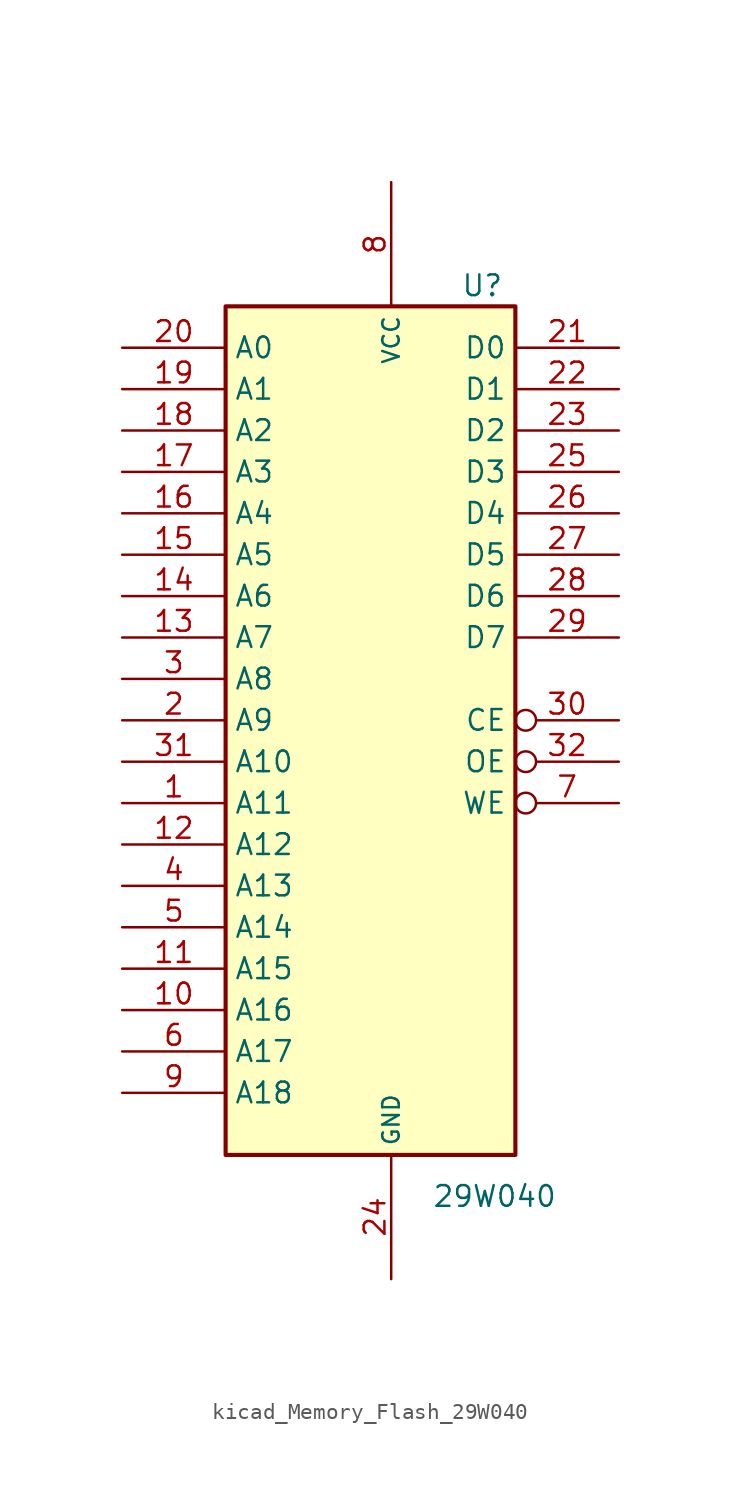
<source format=kicad_sym>
(kicad_symbol_lib
  (version 20220914)
  (generator kicad_symbol_editor)
  (symbol "kicad_Memory_Flash_29W040"
    (property "Reference" "U"
      (at 6.858 24.13 0)
      (effects (font (size 1.27 1.27))))
    (property "Value" "29W040"
      (at 7.62 -31.75 0)
      (effects (font (size 1.27 1.27))))
    (symbol "kicad_Memory_Flash_29W040_0_1"
      (rectangle (start -8.89 22.86) (end 8.89 -29.21) (stroke (width 0.254) (type default)) (fill (type background))))
    (symbol "kicad_Memory_Flash_29W040_1_1"
      (pin input line (at -15.24 -7.62 0) (length 6.35) (name "A11" (effects (font (size 1.27 1.27)))) (number "1" (effects (font (size 1.27 1.27)))))
      (pin input line (at -15.24 -20.32 0) (length 6.35) (name "A16" (effects (font (size 1.27 1.27)))) (number "10" (effects (font (size 1.27 1.27)))))
      (pin input line (at -15.24 -17.78 0) (length 6.35) (name "A15" (effects (font (size 1.27 1.27)))) (number "11" (effects (font (size 1.27 1.27)))))
      (pin input line (at -15.24 -10.16 0) (length 6.35) (name "A12" (effects (font (size 1.27 1.27)))) (number "12" (effects (font (size 1.27 1.27)))))
      (pin input line (at -15.24 2.54 0) (length 6.35) (name "A7" (effects (font (size 1.27 1.27)))) (number "13" (effects (font (size 1.27 1.27)))))
      (pin input line (at -15.24 5.08 0) (length 6.35) (name "A6" (effects (font (size 1.27 1.27)))) (number "14" (effects (font (size 1.27 1.27)))))
      (pin input line (at -15.24 7.62 0) (length 6.35) (name "A5" (effects (font (size 1.27 1.27)))) (number "15" (effects (font (size 1.27 1.27)))))
      (pin input line (at -15.24 10.16 0) (length 6.35) (name "A4" (effects (font (size 1.27 1.27)))) (number "16" (effects (font (size 1.27 1.27)))))
      (pin input line (at -15.24 12.7 0) (length 6.35) (name "A3" (effects (font (size 1.27 1.27)))) (number "17" (effects (font (size 1.27 1.27)))))
      (pin input line (at -15.24 15.24 0) (length 6.35) (name "A2" (effects (font (size 1.27 1.27)))) (number "18" (effects (font (size 1.27 1.27)))))
      (pin input line (at -15.24 17.78 0) (length 6.35) (name "A1" (effects (font (size 1.27 1.27)))) (number "19" (effects (font (size 1.27 1.27)))))
      (pin input line (at -15.24 -2.54 0) (length 6.35) (name "A9" (effects (font (size 1.27 1.27)))) (number "2" (effects (font (size 1.27 1.27)))))
      (pin input line (at -15.24 20.32 0) (length 6.35) (name "A0" (effects (font (size 1.27 1.27)))) (number "20" (effects (font (size 1.27 1.27)))))
      (pin tri_state line (at 15.24 20.32 180) (length 6.35) (name "D0" (effects (font (size 1.27 1.27)))) (number "21" (effects (font (size 1.27 1.27)))))
      (pin tri_state line (at 15.24 17.78 180) (length 6.35) (name "D1" (effects (font (size 1.27 1.27)))) (number "22" (effects (font (size 1.27 1.27)))))
      (pin tri_state line (at 15.24 15.24 180) (length 6.35) (name "D2" (effects (font (size 1.27 1.27)))) (number "23" (effects (font (size 1.27 1.27)))))
      (pin power_in line (at 1.27 -36.83 90) (length 7.62) (name "GND" (effects (font (size 1.016 1.016)))) (number "24" (effects (font (size 1.27 1.27)))))
      (pin tri_state line (at 15.24 12.7 180) (length 6.35) (name "D3" (effects (font (size 1.27 1.27)))) (number "25" (effects (font (size 1.27 1.27)))))
      (pin tri_state line (at 15.24 10.16 180) (length 6.35) (name "D4" (effects (font (size 1.27 1.27)))) (number "26" (effects (font (size 1.27 1.27)))))
      (pin tri_state line (at 15.24 7.62 180) (length 6.35) (name "D5" (effects (font (size 1.27 1.27)))) (number "27" (effects (font (size 1.27 1.27)))))
      (pin tri_state line (at 15.24 5.08 180) (length 6.35) (name "D6" (effects (font (size 1.27 1.27)))) (number "28" (effects (font (size 1.27 1.27)))))
      (pin tri_state line (at 15.24 2.54 180) (length 6.35) (name "D7" (effects (font (size 1.27 1.27)))) (number "29" (effects (font (size 1.27 1.27)))))
      (pin input line (at -15.24 0 0) (length 6.35) (name "A8" (effects (font (size 1.27 1.27)))) (number "3" (effects (font (size 1.27 1.27)))))
      (pin input inverted (at 15.24 -2.54 180) (length 6.35) (name "CE" (effects (font (size 1.27 1.27)))) (number "30" (effects (font (size 1.27 1.27)))))
      (pin input line (at -15.24 -5.08 0) (length 6.35) (name "A10" (effects (font (size 1.27 1.27)))) (number "31" (effects (font (size 1.27 1.27)))))
      (pin input inverted (at 15.24 -5.08 180) (length 6.35) (name "OE" (effects (font (size 1.27 1.27)))) (number "32" (effects (font (size 1.27 1.27)))))
      (pin input line (at -15.24 -12.7 0) (length 6.35) (name "A13" (effects (font (size 1.27 1.27)))) (number "4" (effects (font (size 1.27 1.27)))))
      (pin input line (at -15.24 -15.24 0) (length 6.35) (name "A14" (effects (font (size 1.27 1.27)))) (number "5" (effects (font (size 1.27 1.27)))))
      (pin input line (at -15.24 -22.86 0) (length 6.35) (name "A17" (effects (font (size 1.27 1.27)))) (number "6" (effects (font (size 1.27 1.27)))))
      (pin input inverted (at 15.24 -7.62 180) (length 6.35) (name "WE" (effects (font (size 1.27 1.27)))) (number "7" (effects (font (size 1.27 1.27)))))
      (pin power_in line (at 1.27 30.48 270) (length 7.62) (name "VCC" (effects (font (size 1.016 1.016)))) (number "8" (effects (font (size 1.27 1.27)))))
      (pin input line (at -15.24 -25.4 0) (length 6.35) (name "A18" (effects (font (size 1.27 1.27)))) (number "9" (effects (font (size 1.27 1.27))))))))
</source>
